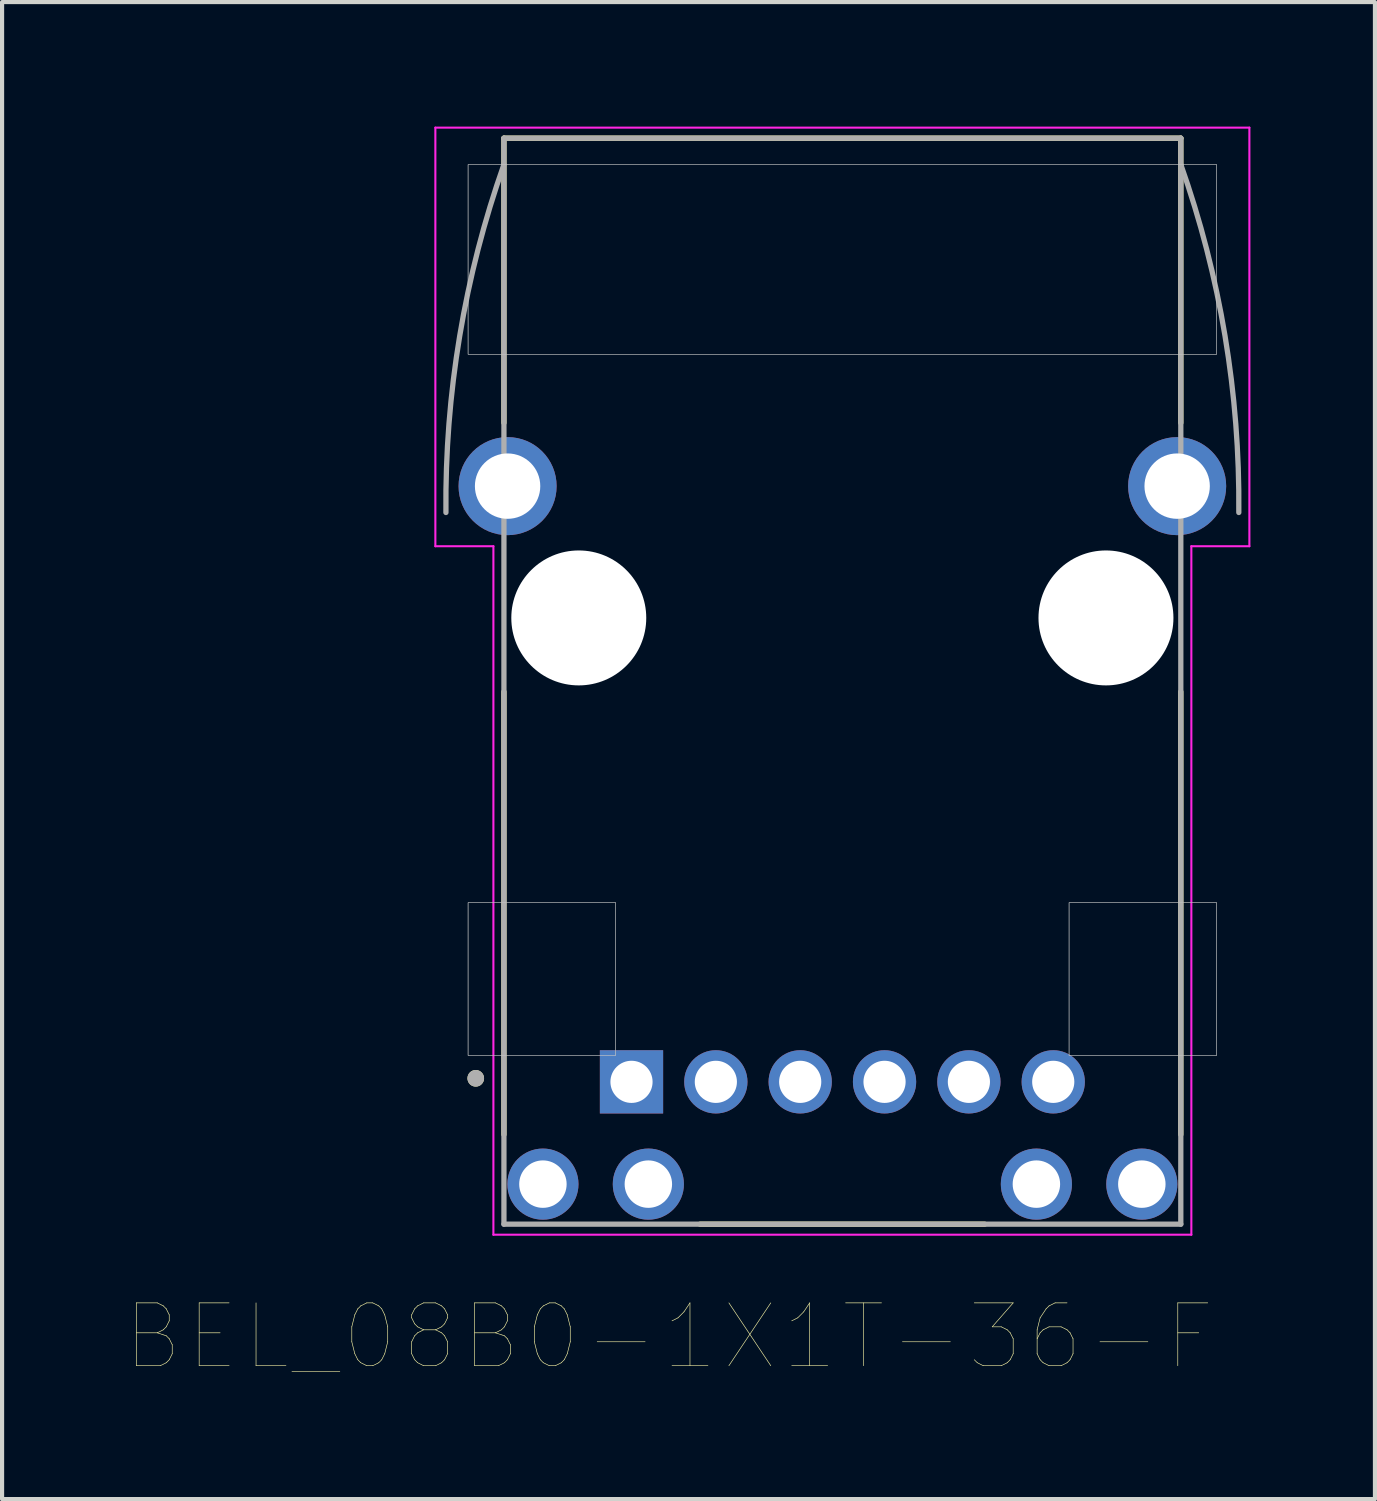
<source format=kicad_pcb>
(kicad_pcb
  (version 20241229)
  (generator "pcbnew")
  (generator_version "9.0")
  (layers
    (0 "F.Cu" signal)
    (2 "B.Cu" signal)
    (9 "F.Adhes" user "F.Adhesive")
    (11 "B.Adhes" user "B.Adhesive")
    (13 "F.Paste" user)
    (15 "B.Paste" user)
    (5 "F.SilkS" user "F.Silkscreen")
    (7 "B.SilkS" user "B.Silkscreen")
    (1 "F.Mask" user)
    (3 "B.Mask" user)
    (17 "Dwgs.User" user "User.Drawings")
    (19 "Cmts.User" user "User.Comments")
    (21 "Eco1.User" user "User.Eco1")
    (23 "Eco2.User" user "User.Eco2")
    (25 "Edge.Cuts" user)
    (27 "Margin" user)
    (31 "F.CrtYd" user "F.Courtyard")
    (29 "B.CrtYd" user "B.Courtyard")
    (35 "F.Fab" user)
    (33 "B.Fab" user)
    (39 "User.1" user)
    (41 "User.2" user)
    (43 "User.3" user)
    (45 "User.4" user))
  (footprint "BEL_08B0-1X1T-36-F"
    (layer "F.Cu")
    (at 17.243 11.836)
    (property "Reference" "BEL_08B0-1X1T-36-F" (at -4.176 17.315 0) (layer "F.SilkS") (effects (font (size 1.514 1.514) (thickness 0.015))))
    (attr through_hole)
    (fp_line (start -8.153 -4.699) (end -8.153 -11.557) (stroke (width 0.127) (type solid)) (layer "F.SilkS"))
    (fp_line (start -8.153 12.446) (end -8.153 1.778) (stroke (width 0.127) (type solid)) (layer "F.SilkS"))
    (fp_line (start -3.429 14.605) (end 3.429 14.605) (stroke (width 0.127) (type solid)) (layer "F.SilkS"))
    (fp_line (start 8.153 -11.557) (end -8.153 -11.557) (stroke (width 0.127) (type solid)) (layer "F.SilkS"))
    (fp_line (start 8.153 -4.699) (end 8.153 -11.557) (stroke (width 0.127) (type solid)) (layer "F.SilkS"))
    (fp_line (start 8.153 12.446) (end 8.153 1.778) (stroke (width 0.127) (type solid)) (layer "F.SilkS"))
    (fp_circle (center -8.832 11.091) (end -8.732 11.091) (stroke (width 0.2) (type solid)) (fill no) (layer "F.SilkS"))
    (fp_poly (pts (xy -9.017 -10.922) (xy 9.017 -10.922) (xy 9.017 -6.35) (xy -9.017 -6.35)) (stroke (width 0.01) (type solid)) (fill no) (layer "Dwgs.User"))
    (fp_poly (pts (xy -9.017 -10.922) (xy 9.017 -10.922) (xy 9.017 -6.35) (xy -9.017 -6.35)) (stroke (width 0.01) (type solid)) (fill no) (layer "Dwgs.User"))
    (fp_poly (pts (xy -9.017 6.858) (xy -5.461 6.858) (xy -5.461 10.541) (xy -9.017 10.541)) (stroke (width 0.01) (type solid)) (fill no) (layer "Dwgs.User"))
    (fp_poly (pts (xy -9.017 6.858) (xy -5.461 6.858) (xy -5.461 10.541) (xy -9.017 10.541)) (stroke (width 0.01) (type solid)) (fill no) (layer "Dwgs.User"))
    (fp_poly (pts (xy 5.461 6.858) (xy 9.017 6.858) (xy 9.017 10.541) (xy 5.461 10.541)) (stroke (width 0.01) (type solid)) (fill no) (layer "Dwgs.User"))
    (fp_poly (pts (xy 5.461 6.858) (xy 9.017 6.858) (xy 9.017 10.541) (xy 5.461 10.541)) (stroke (width 0.01) (type solid)) (fill no) (layer "Dwgs.User"))
    (fp_line (start -9.805 -11.811) (end -9.805 -1.727) (stroke (width 0.05) (type solid)) (layer "F.CrtYd"))
    (fp_line (start -9.805 -1.727) (end -8.407 -1.727) (stroke (width 0.05) (type solid)) (layer "F.CrtYd"))
    (fp_line (start -8.407 -1.727) (end -8.407 14.859) (stroke (width 0.05) (type solid)) (layer "F.CrtYd"))
    (fp_line (start -8.407 14.859) (end 8.407 14.859) (stroke (width 0.05) (type solid)) (layer "F.CrtYd"))
    (fp_line (start 8.407 14.859) (end 8.407 -1.727) (stroke (width 0.05) (type solid)) (layer "F.CrtYd"))
    (fp_line (start 9.805 -11.811) (end -9.805 -11.811) (stroke (width 0.05) (type solid)) (layer "F.CrtYd"))
    (fp_line (start 9.805 -11.811) (end 9.805 -1.727) (stroke (width 0.05) (type solid)) (layer "F.CrtYd"))
    (fp_line (start 9.805 -1.727) (end 8.407 -1.727) (stroke (width 0.05) (type solid)) (layer "F.CrtYd"))
    (fp_line (start -8.153 -11.557) (end -8.153 14.605) (stroke (width 0.127) (type solid)) (layer "F.Fab"))
    (fp_line (start -8.153 14.605) (end 8.153 14.605) (stroke (width 0.127) (type solid)) (layer "F.Fab"))
    (fp_line (start 8.153 -11.557) (end -8.153 -11.557) (stroke (width 0.127) (type solid)) (layer "F.Fab"))
    (fp_line (start 8.153 14.605) (end 8.153 -11.557) (stroke (width 0.127) (type solid)) (layer "F.Fab"))
    (fp_arc (start -9.5504 -2.54) (mid -9.218565 -6.792111) (end -8.1534 -10.922) (stroke (width 0.127) (type solid)) (layer "F.Fab"))
    (fp_arc (start 8.1534 -10.922) (mid 9.218565 -6.792111) (end 9.5504 -2.54) (stroke (width 0.127) (type solid)) (layer "F.Fab"))
    (fp_circle (center -8.832 11.091) (end -8.732 11.091) (stroke (width 0.2) (type solid)) (fill no) (layer "F.Fab"))
    (pad "" np_thru_hole circle (at -6.35 0) (size 3.251 3.251) (drill 3.251) (layers "*.Cu" "*.Mask"))
    (pad "" np_thru_hole circle (at 6.35 0) (size 3.251 3.251) (drill 3.251) (layers "*.Cu" "*.Mask"))
    (pad "1" thru_hole rect (at -5.08 11.176) (size 1.524 1.524) (drill 1.016) (layers "*.Cu" "*.Mask"))
    (pad "2" thru_hole circle (at -3.048 11.176) (size 1.524 1.524) (drill 1.016) (layers "*.Cu" "*.Mask"))
    (pad "3" thru_hole circle (at -1.016 11.176) (size 1.524 1.524) (drill 1.016) (layers "*.Cu" "*.Mask"))
    (pad "4" thru_hole circle (at 1.016 11.176) (size 1.524 1.524) (drill 1.016) (layers "*.Cu" "*.Mask"))
    (pad "5" thru_hole circle (at 3.048 11.176) (size 1.524 1.524) (drill 1.016) (layers "*.Cu" "*.Mask"))
    (pad "6" thru_hole circle (at 5.08 11.176) (size 1.524 1.524) (drill 1.016) (layers "*.Cu" "*.Mask"))
    (pad "7" thru_hole circle (at -7.214 13.64) (size 1.714 1.714) (drill 1.143) (layers "*.Cu" "*.Mask"))
    (pad "8" thru_hole circle (at -4.674 13.64) (size 1.714 1.714) (drill 1.143) (layers "*.Cu" "*.Mask"))
    (pad "9" thru_hole circle (at 4.674 13.64) (size 1.714 1.714) (drill 1.143) (layers "*.Cu" "*.Mask"))
    (pad "10" thru_hole circle (at 7.214 13.64) (size 1.714 1.714) (drill 1.143) (layers "*.Cu" "*.Mask"))
    (pad "S1" thru_hole circle (at -8.065 -3.175) (size 2.362 2.362) (drill 1.575) (layers "*.Cu" "*.Mask"))
    (pad "S2" thru_hole circle (at 8.065 -3.175) (size 2.362 2.362) (drill 1.575) (layers "*.Cu" "*.Mask")))
  (gr_rect
    (start -3 -3)
    (end 30.073 33.064)
    (stroke (width 0.1) (type default))
    (fill no)
    (layer "Edge.Cuts")))
</source>
